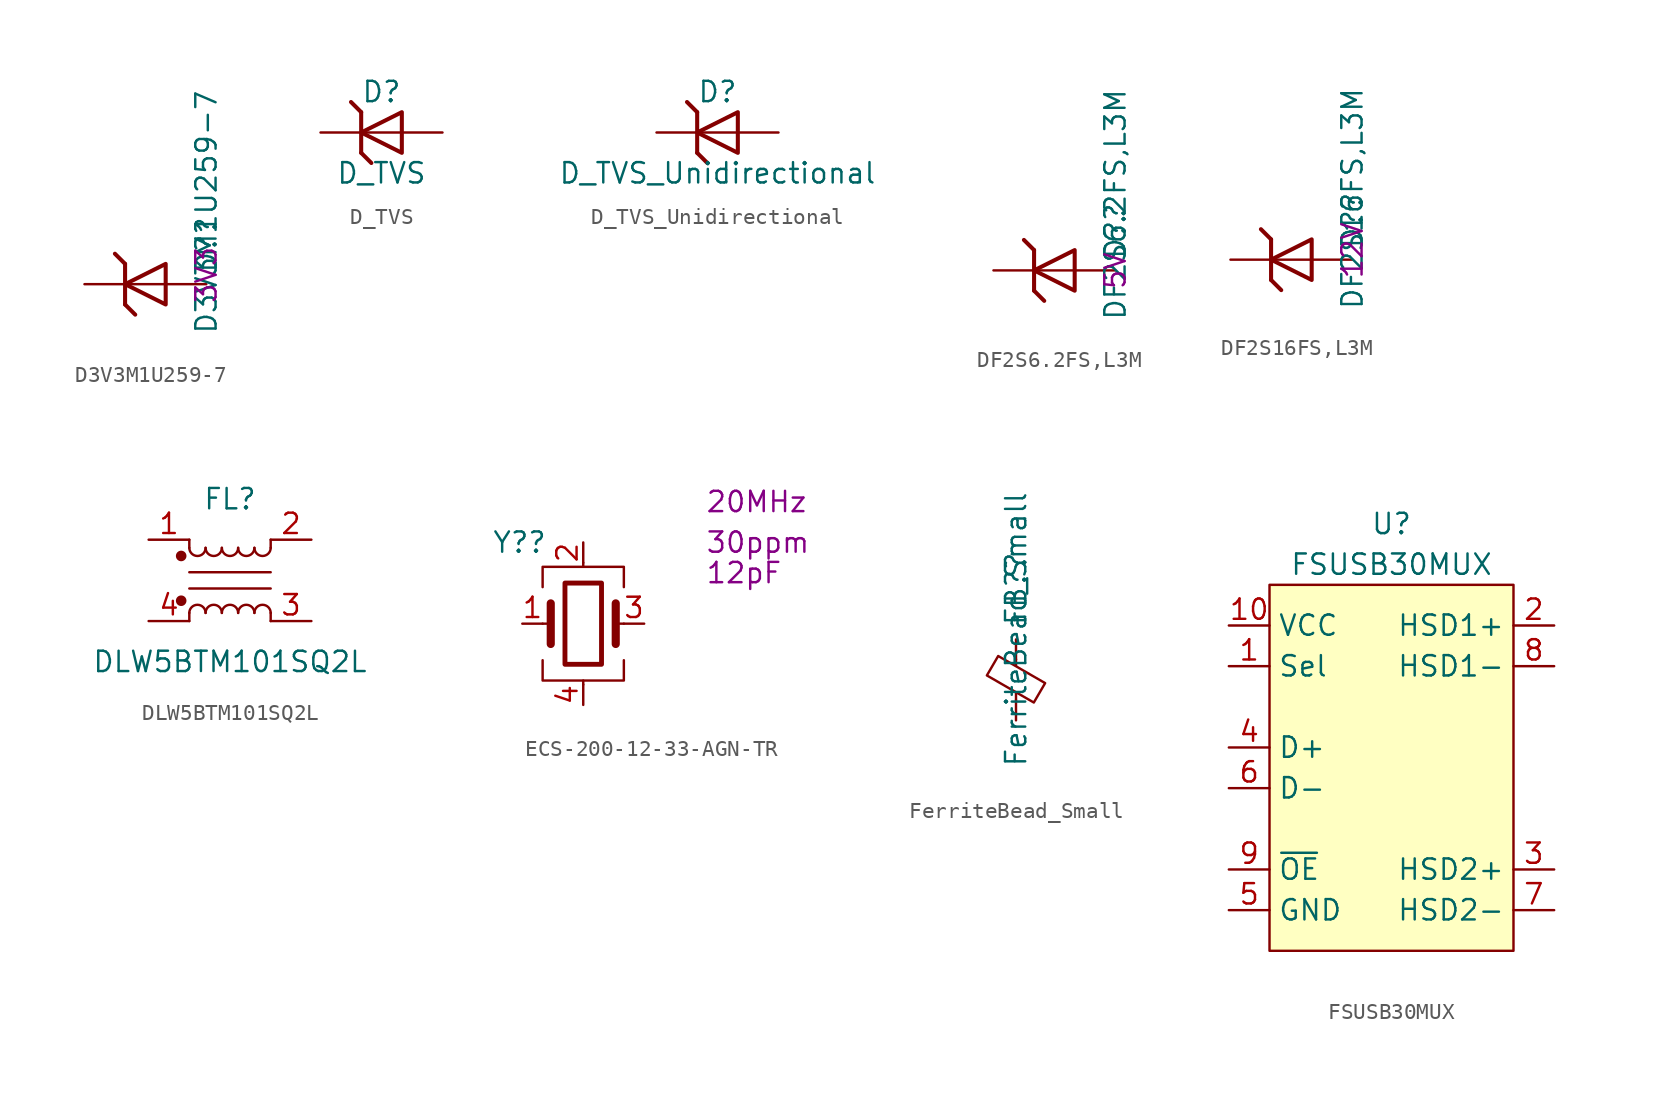
<source format=kicad_sym>
(kicad_symbol_lib
  (version 20201005)
  (generator kicad_symbol_editor)
  (symbol "PintryParts-Symbols:D3V3M1U259-7"
    (pin_numbers hide)
    (pin_names
      (offset 1.016) hide)
    (property "Reference" "D?"
      (at 3.81 0.635 90)
      (effects (font (size 1.27 1.27)) (justify left)))
    (property "Value" "D3V3M1U259-7"
      (at 3.81 -3.175 90)
      (effects (font (size 1.27 1.27)) (justify left)))
    (property "VRWM" "3V3"
      (at 3.81 -1.27 90)
      (effects (font (size 1.27 1.27)) (justify left)))
    (symbol "D3V3M1U259-7_0_1"
      (polyline (pts (xy -1.27 1.27) (xy -1.905 1.905)) (stroke (width 0.254)) (fill (type none)))
      (polyline (pts (xy -1.27 1.27) (xy -1.27 -1.27)) (stroke (width 0.254)) (fill (type none)))
      (polyline (pts (xy -0.635 -1.905) (xy -1.27 -1.27)) (stroke (width 0.254)) (fill (type none)))
      (polyline (pts (xy 1.27 0) (xy -1.27 0)) (stroke (width 0)) (fill (type none)))
      (polyline (pts (xy 1.27 1.27) (xy 1.27 -1.27) (xy -1.27 0) (xy 1.27 1.27)) (stroke (width 0.254)) (fill (type none))))
    (symbol "D3V3M1U259-7_1_1"
      (pin passive line (at -3.81 0 0) (length 2.54) (name "K" (effects (font (size 1.27 1.27)))) (number "1" (effects (font (size 1.27 1.27)))))
      (pin passive line (at 3.81 0 180) (length 2.54) (name "A" (effects (font (size 1.27 1.27)))) (number "2" (effects (font (size 1.27 1.27)))))))
  (symbol "PintryParts-Symbols:D_TVS"
    (pin_numbers hide)
    (pin_names
      (offset 1.016) hide)
    (property "Reference" "D"
      (at 0 2.54 0)
      (effects (font (size 1.27 1.27))))
    (property "Value" "D_TVS"
      (at 0 -2.54 0)
      (effects (font (size 1.27 1.27))))
    (symbol "D_TVS_0_1"
      (polyline (pts (xy -1.27 1.27) (xy -1.905 1.905)) (stroke (width 0.254)) (fill (type none)))
      (polyline (pts (xy -1.27 1.27) (xy -1.27 -1.27)) (stroke (width 0.254)) (fill (type none)))
      (polyline (pts (xy -0.635 -1.905) (xy -1.27 -1.27)) (stroke (width 0.254)) (fill (type none)))
      (polyline (pts (xy 1.27 0) (xy -1.27 0)) (stroke (width 0)) (fill (type none)))
      (polyline (pts (xy 1.27 1.27) (xy 1.27 -1.27) (xy -1.27 0) (xy 1.27 1.27)) (stroke (width 0.254)) (fill (type none))))
    (symbol "D_TVS_1_1"
      (pin passive line (at -3.81 0 0) (length 2.54) (name "K" (effects (font (size 1.27 1.27)))) (number "1" (effects (font (size 1.27 1.27)))))
      (pin passive line (at 3.81 0 180) (length 2.54) (name "A" (effects (font (size 1.27 1.27)))) (number "2" (effects (font (size 1.27 1.27)))))))
  (symbol "PintryParts-Symbols:D_TVS_Unidirectional"
    (pin_numbers hide)
    (pin_names
      (offset 1.016) hide)
    (property "Reference" "D"
      (at 0 2.54 0)
      (effects (font (size 1.27 1.27))))
    (property "Value" "D_TVS_Unidirectional"
      (at 0 -2.54 0)
      (effects (font (size 1.27 1.27))))
    (symbol "D_TVS_Unidirectional_0_1"
      (polyline (pts (xy -1.27 1.27) (xy -1.905 1.905)) (stroke (width 0.254)) (fill (type none)))
      (polyline (pts (xy -1.27 1.27) (xy -1.27 -1.27)) (stroke (width 0.254)) (fill (type none)))
      (polyline (pts (xy -0.635 -1.905) (xy -1.27 -1.27)) (stroke (width 0.254)) (fill (type none)))
      (polyline (pts (xy 1.27 0) (xy -1.27 0)) (stroke (width 0)) (fill (type none)))
      (polyline (pts (xy 1.27 1.27) (xy 1.27 -1.27) (xy -1.27 0) (xy 1.27 1.27)) (stroke (width 0.254)) (fill (type none))))
    (symbol "D_TVS_Unidirectional_1_1"
      (pin passive line (at -3.81 0 0) (length 2.54) (name "K" (effects (font (size 1.27 1.27)))) (number "1" (effects (font (size 1.27 1.27)))))
      (pin passive line (at 3.81 0 180) (length 2.54) (name "A" (effects (font (size 1.27 1.27)))) (number "2" (effects (font (size 1.27 1.27)))))))
  (symbol "PintryParts-Symbols:DF2S6.2FS,L3M"
    (pin_numbers hide)
    (pin_names
      (offset 1.016) hide)
    (property "Reference" "D?"
      (at 3.81 0.635 90)
      (effects (font (size 1.27 1.27)) (justify left)))
    (property "Value" "DF2S6.2FS,L3M"
      (at 3.81 -3.175 90)
      (effects (font (size 1.27 1.27)) (justify left)))
    (property "VRWM" "5V"
      (at 3.81 -1.27 90)
      (effects (font (size 1.27 1.27)) (justify left)))
    (symbol "DF2S6.2FS,L3M_0_1"
      (polyline (pts (xy -1.27 1.27) (xy -1.905 1.905)) (stroke (width 0.254)) (fill (type none)))
      (polyline (pts (xy -1.27 1.27) (xy -1.27 -1.27)) (stroke (width 0.254)) (fill (type none)))
      (polyline (pts (xy -0.635 -1.905) (xy -1.27 -1.27)) (stroke (width 0.254)) (fill (type none)))
      (polyline (pts (xy 1.27 0) (xy -1.27 0)) (stroke (width 0)) (fill (type none)))
      (polyline (pts (xy 1.27 1.27) (xy 1.27 -1.27) (xy -1.27 0) (xy 1.27 1.27)) (stroke (width 0.254)) (fill (type none))))
    (symbol "DF2S6.2FS,L3M_1_1"
      (pin passive line (at -3.81 0 0) (length 2.54) (name "K" (effects (font (size 1.27 1.27)))) (number "1" (effects (font (size 1.27 1.27)))))
      (pin passive line (at 3.81 0 180) (length 2.54) (name "A" (effects (font (size 1.27 1.27)))) (number "2" (effects (font (size 1.27 1.27)))))))
  (symbol "PintryParts-Symbols:DF2S16FS,L3M"
    (pin_numbers hide)
    (pin_names
      (offset 1.016) hide)
    (property "Reference" "D?"
      (at 3.81 0.635 90)
      (effects (font (size 1.27 1.27)) (justify left)))
    (property "Value" "DF2S16FS,L3M"
      (at 3.81 -3.175 90)
      (effects (font (size 1.27 1.27)) (justify left)))
    (property "VRWM" "12V"
      (at 3.81 -1.27 90)
      (effects (font (size 1.27 1.27)) (justify left)))
    (symbol "DF2S16FS,L3M_0_1"
      (polyline (pts (xy -1.27 1.27) (xy -1.905 1.905)) (stroke (width 0.254)) (fill (type none)))
      (polyline (pts (xy -1.27 1.27) (xy -1.27 -1.27)) (stroke (width 0.254)) (fill (type none)))
      (polyline (pts (xy -0.635 -1.905) (xy -1.27 -1.27)) (stroke (width 0.254)) (fill (type none)))
      (polyline (pts (xy 1.27 0) (xy -1.27 0)) (stroke (width 0)) (fill (type none)))
      (polyline (pts (xy 1.27 1.27) (xy 1.27 -1.27) (xy -1.27 0) (xy 1.27 1.27)) (stroke (width 0.254)) (fill (type none))))
    (symbol "DF2S16FS,L3M_1_1"
      (pin passive line (at -3.81 0 0) (length 2.54) (name "K" (effects (font (size 1.27 1.27)))) (number "1" (effects (font (size 1.27 1.27)))))
      (pin passive line (at 3.81 0 180) (length 2.54) (name "A" (effects (font (size 1.27 1.27)))) (number "2" (effects (font (size 1.27 1.27)))))))
  (symbol "PintryParts-Symbols:DLW5BTM101SQ2L"
    (pin_names hide)
    (property "Reference" "FL"
      (at 0 5.08 0)
      (effects (font (size 1.27 1.27))))
    (property "Value" "DLW5BTM101SQ2L"
      (at 0 -5.08 0)
      (effects (font (size 1.27 1.27))))
    (symbol "DLW5BTM101SQ2L_1_1"
      (arc (start -1.524 -2.032) (end -2.54 -2.032) (radius (at -2.032 -2.032) (length 0.508) (angles 0.1 179.9)) (stroke (width 0)) (fill (type none)))
      (arc (start -2.54 2.032) (end -1.524 2.032) (radius (at -2.032 2.032) (length 0.508) (angles -179.9 -0.1)) (stroke (width 0)) (fill (type none)))
      (arc (start -0.508 -2.032) (end -1.524 -2.032) (radius (at -1.016 -2.032) (length 0.508) (angles 0.1 179.9)) (stroke (width 0)) (fill (type none)))
      (arc (start -1.524 2.032) (end -0.508 2.032) (radius (at -1.016 2.032) (length 0.508) (angles -179.9 -0.1)) (stroke (width 0)) (fill (type none)))
      (arc (start 0.508 -2.032) (end -0.508 -2.032) (radius (at 0 -2.032) (length 0.508) (angles 0.1 179.9)) (stroke (width 0)) (fill (type none)))
      (arc (start -0.508 2.032) (end 0.508 2.032) (radius (at 0 2.032) (length 0.508) (angles -179.9 -0.1)) (stroke (width 0)) (fill (type none)))
      (arc (start 1.524 -2.032) (end 0.508 -2.032) (radius (at 1.016 -2.032) (length 0.508) (angles 0.1 179.9)) (stroke (width 0)) (fill (type none)))
      (arc (start 0.508 2.032) (end 1.524 2.032) (radius (at 1.016 2.032) (length 0.508) (angles -179.9 -0.1)) (stroke (width 0)) (fill (type none)))
      (arc (start 2.54 -2.032) (end 1.524 -2.032) (radius (at 2.032 -2.032) (length 0.508) (angles 0.1 179.9)) (stroke (width 0)) (fill (type none)))
      (arc (start 1.524 2.032) (end 2.54 2.032) (radius (at 2.032 2.032) (length 0.508) (angles -179.9 -0.1)) (stroke (width 0)) (fill (type none)))
      (circle (center -3.048 -1.27) (radius 0.254) (stroke (width 0)) (fill (type outline)))
      (circle (center -3.048 1.524) (radius 0.254) (stroke (width 0)) (fill (type outline)))
      (polyline (pts (xy -2.54 -2.032) (xy -2.54 -2.54)) (stroke (width 0)) (fill (type none)))
      (polyline (pts (xy -2.54 0.508) (xy 2.54 0.508)) (stroke (width 0)) (fill (type none)))
      (polyline (pts (xy -2.54 2.032) (xy -2.54 2.54)) (stroke (width 0)) (fill (type none)))
      (polyline (pts (xy 2.54 -2.032) (xy 2.54 -2.54)) (stroke (width 0)) (fill (type none)))
      (polyline (pts (xy 2.54 -0.508) (xy -2.54 -0.508)) (stroke (width 0)) (fill (type none)))
      (polyline (pts (xy 2.54 2.54) (xy 2.54 2.032)) (stroke (width 0)) (fill (type none)))
      (pin passive line (at -5.08 2.54 0) (length 2.54) (name "1" (effects (font (size 1.27 1.27)))) (number "1" (effects (font (size 1.27 1.27)))))
      (pin passive line (at 5.08 2.54 180) (length 2.54) (name "2" (effects (font (size 1.27 1.27)))) (number "2" (effects (font (size 1.27 1.27)))))
      (pin passive line (at 5.08 -2.54 180) (length 2.54) (name "3" (effects (font (size 1.27 1.27)))) (number "3" (effects (font (size 1.27 1.27)))))
      (pin passive line (at -5.08 -2.54 0) (length 2.54) (name "4" (effects (font (size 1.27 1.27)))) (number "4" (effects (font (size 1.27 1.27)))))))
  (symbol "PintryParts-Symbols:ECS-200-12-33-AGN-TR"
    (pin_names
      (offset 1.016) hide)
    (property "Reference" "Y?"
      (at -5.715 5.08 0)
      (effects (font (size 1.27 1.27)) (justify left)))
    (property "Frequency Stability" "30ppm"
      (at 7.62 5.08 0)
      (effects (font (size 1.27 1.27)) (justify left)))
    (property "Load Capacitance" "12pF"
      (at 7.62 3.175 0)
      (effects (font (size 1.27 1.27)) (justify left)))
    (property "Frequency" "20MHz"
      (at 7.62 7.62 0)
      (effects (font (size 1.27 1.27)) (justify left)))
    (symbol "ECS-200-12-33-AGN-TR_0_1"
      (rectangle (start -1.143 2.54) (end 1.143 -2.54) (stroke (width 0.305)) (fill (type none)))
      (polyline (pts (xy -2.54 0) (xy -2.032 0)) (stroke (width 0)) (fill (type none)))
      (polyline (pts (xy -2.032 -1.27) (xy -2.032 1.27)) (stroke (width 0.508)) (fill (type none)))
      (polyline (pts (xy 0 -3.81) (xy 0 -3.556)) (stroke (width 0)) (fill (type none)))
      (polyline (pts (xy 0 3.556) (xy 0 3.81)) (stroke (width 0)) (fill (type none)))
      (polyline (pts (xy 2.032 -1.27) (xy 2.032 1.27)) (stroke (width 0.508)) (fill (type none)))
      (polyline (pts (xy 2.032 0) (xy 2.54 0)) (stroke (width 0)) (fill (type none)))
      (polyline (pts (xy -2.54 -2.286) (xy -2.54 -3.556) (xy 2.54 -3.556) (xy 2.54 -2.286)) (stroke (width 0)) (fill (type none)))
      (polyline (pts (xy -2.54 2.286) (xy -2.54 3.556) (xy 2.54 3.556) (xy 2.54 2.286)) (stroke (width 0)) (fill (type none))))
    (symbol "ECS-200-12-33-AGN-TR_1_1"
      (pin passive line (at -3.81 0 0) (length 1.27) (name "1" (effects (font (size 1.27 1.27)))) (number "1" (effects (font (size 1.27 1.27)))))
      (pin passive line (at 0 5.08 270) (length 1.27) (name "2" (effects (font (size 1.27 1.27)))) (number "2" (effects (font (size 1.27 1.27)))))
      (pin passive line (at 3.81 0 180) (length 1.27) (name "3" (effects (font (size 1.27 1.27)))) (number "3" (effects (font (size 1.27 1.27)))))
      (pin passive line (at 0 -5.08 90) (length 1.27) (name "4" (effects (font (size 1.27 1.27)))) (number "4" (effects (font (size 1.27 1.27)))))))
  (symbol "PintryParts-Symbols:FerriteBead_Small"
    (pin_numbers hide)
    (pin_names
      (offset 0))
    (property "Reference" "FB?"
      (at 0 5.715 90)
      (effects (font (size 1.27 1.27))))
    (property "Value" "FerriteBead_Small"
      (at 0 3.175 90)
      (effects (font (size 1.27 1.27))))
    (symbol "FerriteBead_Small_0_1"
      (polyline (pts (xy 0 -1.27) (xy 0 -0.787)) (stroke (width 0)) (fill (type none)))
      (polyline (pts (xy 0 0.889) (xy 0 1.295)) (stroke (width 0)) (fill (type none)))
      (polyline (pts (xy -1.829 0.279) (xy -1.118 1.499) (xy 1.829 -0.203) (xy 1.118 -1.422) (xy -1.829 0.279)) (stroke (width 0)) (fill (type none))))
    (symbol "FerriteBead_Small_1_1"
      (pin passive line (at 0 2.54 270) (length 1.27) (name "~" (effects (font (size 1.27 1.27)))) (number "1" (effects (font (size 1.27 1.27)))))
      (pin passive line (at 0 -2.54 90) (length 1.27) (name "~" (effects (font (size 1.27 1.27)))) (number "2" (effects (font (size 1.27 1.27)))))))
  (symbol "PintryParts-Symbols:FSUSB30MUX"
    (property "Reference" "U"
      (at 10.16 6.35 0)
      (effects (font (size 1.27 1.27))))
    (property "Value" "FSUSB30MUX"
      (at 10.16 3.81 0)
      (effects (font (size 1.27 1.27))))
    (symbol "FSUSB30MUX_0_0"
      (pin input line (at 0 -2.54 0) (length 2.54) (name "Sel" (effects (font (size 1.27 1.27)))) (number "1" (effects (font (size 1.27 1.27)))))
      (pin power_in line (at 0 0 0) (length 2.54) (name "VCC" (effects (font (size 1.27 1.27)))) (number "10" (effects (font (size 1.27 1.27)))))
      (pin output line (at 20.32 0 180) (length 2.54) (name "HSD1+" (effects (font (size 1.27 1.27)))) (number "2" (effects (font (size 1.27 1.27)))))
      (pin output line (at 20.32 -15.24 180) (length 2.54) (name "HSD2+" (effects (font (size 1.27 1.27)))) (number "3" (effects (font (size 1.27 1.27)))))
      (pin input line (at 0 -7.62 0) (length 2.54) (name "D+" (effects (font (size 1.27 1.27)))) (number "4" (effects (font (size 1.27 1.27)))))
      (pin power_in line (at 0 -17.78 0) (length 2.54) (name "GND" (effects (font (size 1.27 1.27)))) (number "5" (effects (font (size 1.27 1.27)))))
      (pin input line (at 0 -10.16 0) (length 2.54) (name "D-" (effects (font (size 1.27 1.27)))) (number "6" (effects (font (size 1.27 1.27)))))
      (pin output line (at 20.32 -17.78 180) (length 2.54) (name "HSD2-" (effects (font (size 1.27 1.27)))) (number "7" (effects (font (size 1.27 1.27)))))
      (pin output line (at 20.32 -2.54 180) (length 2.54) (name "HSD1-" (effects (font (size 1.27 1.27)))) (number "8" (effects (font (size 1.27 1.27)))))
      (pin input line (at 0 -15.24 0) (length 2.54) (name "~OE" (effects (font (size 1.27 1.27)))) (number "9" (effects (font (size 1.27 1.27))))))
    (symbol "FSUSB30MUX_0_1"
      (rectangle (start 2.54 2.54) (end 17.78 -20.32) (stroke (width 0.152)) (fill (type background))))))
</source>
